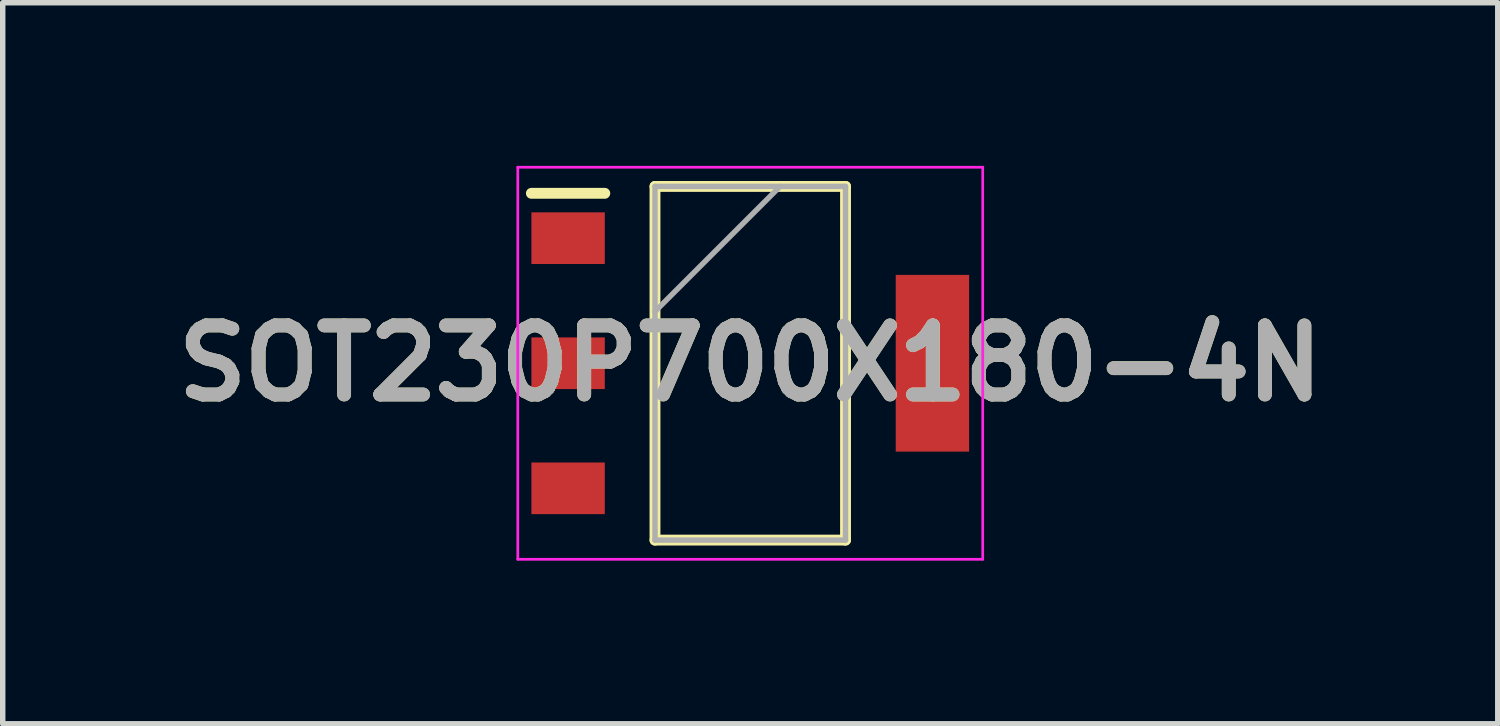
<source format=kicad_pcb>
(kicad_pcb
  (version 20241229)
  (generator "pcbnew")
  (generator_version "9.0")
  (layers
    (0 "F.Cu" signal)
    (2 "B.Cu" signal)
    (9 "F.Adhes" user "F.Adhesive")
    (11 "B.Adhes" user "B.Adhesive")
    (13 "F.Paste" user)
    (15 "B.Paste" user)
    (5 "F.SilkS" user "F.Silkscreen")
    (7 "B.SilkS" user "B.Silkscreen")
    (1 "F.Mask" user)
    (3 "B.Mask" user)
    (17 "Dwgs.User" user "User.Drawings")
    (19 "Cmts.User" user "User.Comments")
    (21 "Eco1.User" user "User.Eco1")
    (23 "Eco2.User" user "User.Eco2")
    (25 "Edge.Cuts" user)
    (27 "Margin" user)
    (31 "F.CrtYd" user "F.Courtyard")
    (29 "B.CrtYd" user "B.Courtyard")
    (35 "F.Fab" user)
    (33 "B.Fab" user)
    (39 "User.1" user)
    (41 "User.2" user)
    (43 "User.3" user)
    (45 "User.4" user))
  (footprint "SOT230P700X180-4N"
    (layer "F.Cu")
    (at 10.747 3.63)
    (property "Reference" "SOT230P700X180-4N" (at 0 0 0) (layer "F.SilkS") (effects (font (size 1.27 1.27) (thickness 0.254))))
    (attr smd)
    (fp_line (start -4.025 -3.125) (end -2.675 -3.125) (stroke (width 0.2) (type solid)) (layer "F.SilkS"))
    (fp_line (start -1.752 -3.252) (end 1.752 -3.252) (stroke (width 0.2) (type solid)) (layer "F.SilkS"))
    (fp_line (start -1.752 3.252) (end -1.752 -3.252) (stroke (width 0.2) (type solid)) (layer "F.SilkS"))
    (fp_line (start 1.752 -3.252) (end 1.752 3.252) (stroke (width 0.2) (type solid)) (layer "F.SilkS"))
    (fp_line (start 1.752 3.252) (end -1.752 3.252) (stroke (width 0.2) (type solid)) (layer "F.SilkS"))
    (fp_line (start -4.275 -3.605) (end 4.275 -3.605) (stroke (width 0.05) (type solid)) (layer "F.CrtYd"))
    (fp_line (start -4.275 3.605) (end -4.275 -3.605) (stroke (width 0.05) (type solid)) (layer "F.CrtYd"))
    (fp_line (start 4.275 -3.605) (end 4.275 3.605) (stroke (width 0.05) (type solid)) (layer "F.CrtYd"))
    (fp_line (start 4.275 3.605) (end -4.275 3.605) (stroke (width 0.05) (type solid)) (layer "F.CrtYd"))
    (fp_line (start -1.752 -3.252) (end 1.752 -3.252) (stroke (width 0.1) (type solid)) (layer "F.Fab"))
    (fp_line (start -1.752 -0.952) (end 0.548 -3.252) (stroke (width 0.1) (type solid)) (layer "F.Fab"))
    (fp_line (start -1.752 3.252) (end -1.752 -3.252) (stroke (width 0.1) (type solid)) (layer "F.Fab"))
    (fp_line (start 1.752 -3.252) (end 1.752 3.252) (stroke (width 0.1) (type solid)) (layer "F.Fab"))
    (fp_line (start 1.752 3.252) (end -1.752 3.252) (stroke (width 0.1) (type solid)) (layer "F.Fab"))
    (fp_text user "${REFERENCE}" (at 0 0 0) (layer "F.Fab") (effects (font (size 1.27 1.27) (thickness 0.254))))
    (pad "1" smd rect (at -3.35 -2.3 90) (size 0.95 1.35) (layers "F.Cu" "F.Mask" "F.Paste"))
    (pad "2" smd rect (at -3.35 0 90) (size 0.95 1.35) (layers "F.Cu" "F.Mask" "F.Paste"))
    (pad "3" smd rect (at -3.35 2.3 90) (size 0.95 1.35) (layers "F.Cu" "F.Mask" "F.Paste"))
    (pad "4" smd rect (at 3.35 0) (size 1.35 3.25) (layers "F.Cu" "F.Mask" "F.Paste")))
  (gr_rect
    (start -3 -3)
    (end 24.493 10.26)
    (stroke (width 0.1) (type default))
    (fill no)
    (layer "Edge.Cuts")))
</source>
